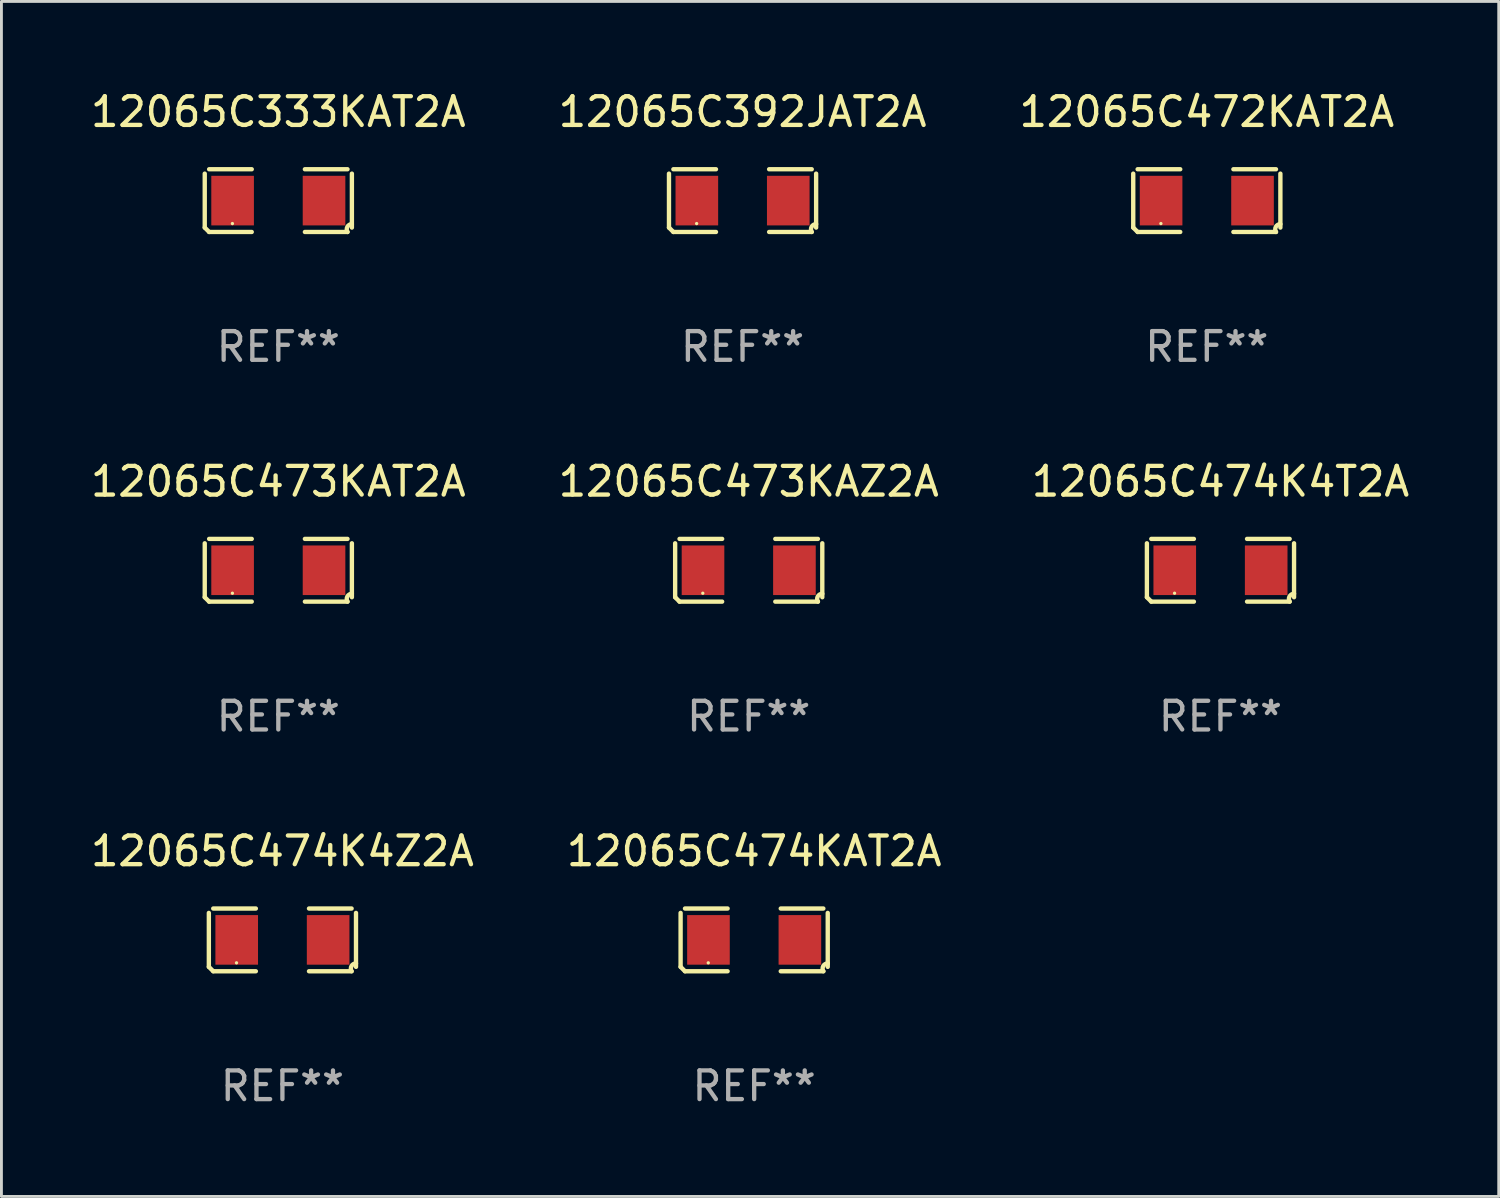
<source format=kicad_pcb>
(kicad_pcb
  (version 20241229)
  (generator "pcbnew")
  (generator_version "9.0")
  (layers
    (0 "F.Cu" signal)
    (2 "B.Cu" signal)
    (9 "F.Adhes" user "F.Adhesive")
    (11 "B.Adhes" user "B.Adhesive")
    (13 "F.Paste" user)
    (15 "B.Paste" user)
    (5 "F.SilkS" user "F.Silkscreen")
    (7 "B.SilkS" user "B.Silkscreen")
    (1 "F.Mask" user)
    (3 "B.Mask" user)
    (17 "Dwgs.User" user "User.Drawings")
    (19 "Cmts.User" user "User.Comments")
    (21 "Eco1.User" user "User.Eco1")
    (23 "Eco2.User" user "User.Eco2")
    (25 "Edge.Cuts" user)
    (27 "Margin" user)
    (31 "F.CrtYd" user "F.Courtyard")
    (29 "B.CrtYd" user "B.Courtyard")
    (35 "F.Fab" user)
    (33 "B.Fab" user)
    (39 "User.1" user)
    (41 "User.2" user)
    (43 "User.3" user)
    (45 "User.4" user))
  (footprint "12065C473KAT2A"
    (layer "F.Cu")
    (at 6.649 16.823)
    (property "Reference" "12065C473KAT2A" (at 0 -3.093 0) (layer "F.SilkS") (effects (font (size 1 1) (thickness 0.15))))
    (attr through_hole)
    (fp_line (start -2.564 0.94) (end -2.564 -0.94) (stroke (width 0.152) (type solid)) (layer "F.SilkS"))
    (fp_line (start -2.411 -1.093) (end -0.926 -1.093) (stroke (width 0.152) (type solid)) (layer "F.SilkS"))
    (fp_line (start -0.926 1.093) (end -2.411 1.093) (stroke (width 0.152) (type solid)) (layer "F.SilkS"))
    (fp_line (start 0.926 1.093) (end 2.411 1.093) (stroke (width 0.152) (type solid)) (layer "F.SilkS"))
    (fp_line (start 2.411 -1.093) (end 0.926 -1.093) (stroke (width 0.152) (type solid)) (layer "F.SilkS"))
    (fp_line (start 2.564 0.94) (end 2.564 -0.94) (stroke (width 0.152) (type solid)) (layer "F.SilkS"))
    (fp_arc (start -2.411201 1.092609) (mid -2.487413 1.01642) (end -2.563602 0.940208) (stroke (width 0.1524) (type solid)) (layer "F.SilkS"))
    (fp_arc (start 2.411201 1.092609) (mid 2.407159 0.911226) (end 2.563602 0.819347) (stroke (width 0.1524) (type solid)) (layer "F.SilkS"))
    (fp_circle (center -1.6 0.8) (end -1.57 0.8) (stroke (width 0.06) (type solid)) (fill no) (layer "F.SilkS"))
    (fp_text user "REF**" (at 0 5.093 0) (layer "F.Fab") (effects (font (size 1 1) (thickness 0.15))))
    (pad "1" smd rect (at -1.593 0) (size 1.485 1.728) (layers "F.Cu" "F.Mask" "F.Paste"))
    (pad "2" smd rect (at 1.593 0) (size 1.485 1.728) (layers "F.Cu" "F.Mask" "F.Paste")))
  (footprint "12065C472KAT2A"
    (layer "F.Cu")
    (at 39.006 3.941)
    (property "Reference" "12065C472KAT2A" (at 0 -3.093 0) (layer "F.SilkS") (effects (font (size 1 1) (thickness 0.15))))
    (attr through_hole)
    (fp_line (start -2.564 0.94) (end -2.564 -0.94) (stroke (width 0.152) (type solid)) (layer "F.SilkS"))
    (fp_line (start -2.411 -1.093) (end -0.926 -1.093) (stroke (width 0.152) (type solid)) (layer "F.SilkS"))
    (fp_line (start -0.926 1.093) (end -2.411 1.093) (stroke (width 0.152) (type solid)) (layer "F.SilkS"))
    (fp_line (start 0.926 1.093) (end 2.411 1.093) (stroke (width 0.152) (type solid)) (layer "F.SilkS"))
    (fp_line (start 2.411 -1.093) (end 0.926 -1.093) (stroke (width 0.152) (type solid)) (layer "F.SilkS"))
    (fp_line (start 2.564 0.94) (end 2.564 -0.94) (stroke (width 0.152) (type solid)) (layer "F.SilkS"))
    (fp_arc (start -2.411201 1.092609) (mid -2.487413 1.01642) (end -2.563602 0.940208) (stroke (width 0.1524) (type solid)) (layer "F.SilkS"))
    (fp_arc (start 2.411201 1.092609) (mid 2.407159 0.911226) (end 2.563602 0.819347) (stroke (width 0.1524) (type solid)) (layer "F.SilkS"))
    (fp_circle (center -1.6 0.8) (end -1.57 0.8) (stroke (width 0.06) (type solid)) (fill no) (layer "F.SilkS"))
    (fp_text user "REF**" (at 0 5.093 0) (layer "F.Fab") (effects (font (size 1 1) (thickness 0.15))))
    (pad "1" smd rect (at -1.593 0) (size 1.485 1.728) (layers "F.Cu" "F.Mask" "F.Paste"))
    (pad "2" smd rect (at 1.593 0) (size 1.485 1.728) (layers "F.Cu" "F.Mask" "F.Paste")))
  (footprint "12065C474K4T2A"
    (layer "F.Cu")
    (at 39.482 16.823)
    (property "Reference" "12065C474K4T2A" (at 0 -3.093 0) (layer "F.SilkS") (effects (font (size 1 1) (thickness 0.15))))
    (attr through_hole)
    (fp_line (start -2.564 0.94) (end -2.564 -0.94) (stroke (width 0.152) (type solid)) (layer "F.SilkS"))
    (fp_line (start -2.411 -1.093) (end -0.926 -1.093) (stroke (width 0.152) (type solid)) (layer "F.SilkS"))
    (fp_line (start -0.926 1.093) (end -2.411 1.093) (stroke (width 0.152) (type solid)) (layer "F.SilkS"))
    (fp_line (start 0.926 1.093) (end 2.411 1.093) (stroke (width 0.152) (type solid)) (layer "F.SilkS"))
    (fp_line (start 2.411 -1.093) (end 0.926 -1.093) (stroke (width 0.152) (type solid)) (layer "F.SilkS"))
    (fp_line (start 2.564 0.94) (end 2.564 -0.94) (stroke (width 0.152) (type solid)) (layer "F.SilkS"))
    (fp_arc (start -2.411201 1.092609) (mid -2.487413 1.01642) (end -2.563602 0.940208) (stroke (width 0.1524) (type solid)) (layer "F.SilkS"))
    (fp_arc (start 2.411201 1.092609) (mid 2.407159 0.911226) (end 2.563602 0.819347) (stroke (width 0.1524) (type solid)) (layer "F.SilkS"))
    (fp_circle (center -1.6 0.8) (end -1.57 0.8) (stroke (width 0.06) (type solid)) (fill no) (layer "F.SilkS"))
    (fp_text user "REF**" (at 0 5.093 0) (layer "F.Fab") (effects (font (size 1 1) (thickness 0.15))))
    (pad "1" smd rect (at -1.593 0) (size 1.485 1.728) (layers "F.Cu" "F.Mask" "F.Paste"))
    (pad "2" smd rect (at 1.593 0) (size 1.485 1.728) (layers "F.Cu" "F.Mask" "F.Paste")))
  (footprint "12065C473KAZ2A"
    (layer "F.Cu")
    (at 23.042 16.823)
    (property "Reference" "12065C473KAZ2A" (at 0 -3.093 0) (layer "F.SilkS") (effects (font (size 1 1) (thickness 0.15))))
    (attr through_hole)
    (fp_line (start -2.564 0.94) (end -2.564 -0.94) (stroke (width 0.152) (type solid)) (layer "F.SilkS"))
    (fp_line (start -2.411 -1.093) (end -0.926 -1.093) (stroke (width 0.152) (type solid)) (layer "F.SilkS"))
    (fp_line (start -0.926 1.093) (end -2.411 1.093) (stroke (width 0.152) (type solid)) (layer "F.SilkS"))
    (fp_line (start 0.926 1.093) (end 2.411 1.093) (stroke (width 0.152) (type solid)) (layer "F.SilkS"))
    (fp_line (start 2.411 -1.093) (end 0.926 -1.093) (stroke (width 0.152) (type solid)) (layer "F.SilkS"))
    (fp_line (start 2.564 0.94) (end 2.564 -0.94) (stroke (width 0.152) (type solid)) (layer "F.SilkS"))
    (fp_arc (start -2.411201 1.092609) (mid -2.487413 1.01642) (end -2.563602 0.940208) (stroke (width 0.1524) (type solid)) (layer "F.SilkS"))
    (fp_arc (start 2.411201 1.092609) (mid 2.407159 0.911226) (end 2.563602 0.819347) (stroke (width 0.1524) (type solid)) (layer "F.SilkS"))
    (fp_circle (center -1.6 0.8) (end -1.57 0.8) (stroke (width 0.06) (type solid)) (fill no) (layer "F.SilkS"))
    (fp_text user "REF**" (at 0 5.093 0) (layer "F.Fab") (effects (font (size 1 1) (thickness 0.15))))
    (pad "1" smd rect (at -1.593 0) (size 1.485 1.728) (layers "F.Cu" "F.Mask" "F.Paste"))
    (pad "2" smd rect (at 1.593 0) (size 1.485 1.728) (layers "F.Cu" "F.Mask" "F.Paste")))
  (footprint "12065C392JAT2A"
    (layer "F.Cu")
    (at 22.827 3.941)
    (property "Reference" "12065C392JAT2A" (at 0 -3.093 0) (layer "F.SilkS") (effects (font (size 1 1) (thickness 0.15))))
    (attr through_hole)
    (fp_line (start -2.564 0.94) (end -2.564 -0.94) (stroke (width 0.152) (type solid)) (layer "F.SilkS"))
    (fp_line (start -2.411 -1.093) (end -0.926 -1.093) (stroke (width 0.152) (type solid)) (layer "F.SilkS"))
    (fp_line (start -0.926 1.093) (end -2.411 1.093) (stroke (width 0.152) (type solid)) (layer "F.SilkS"))
    (fp_line (start 0.926 1.093) (end 2.411 1.093) (stroke (width 0.152) (type solid)) (layer "F.SilkS"))
    (fp_line (start 2.411 -1.093) (end 0.926 -1.093) (stroke (width 0.152) (type solid)) (layer "F.SilkS"))
    (fp_line (start 2.564 0.94) (end 2.564 -0.94) (stroke (width 0.152) (type solid)) (layer "F.SilkS"))
    (fp_arc (start -2.411201 1.092609) (mid -2.487413 1.01642) (end -2.563602 0.940208) (stroke (width 0.1524) (type solid)) (layer "F.SilkS"))
    (fp_arc (start 2.411201 1.092609) (mid 2.407159 0.911226) (end 2.563602 0.819347) (stroke (width 0.1524) (type solid)) (layer "F.SilkS"))
    (fp_circle (center -1.6 0.8) (end -1.57 0.8) (stroke (width 0.06) (type solid)) (fill no) (layer "F.SilkS"))
    (fp_text user "REF**" (at 0 5.093 0) (layer "F.Fab") (effects (font (size 1 1) (thickness 0.15))))
    (pad "1" smd rect (at -1.593 0) (size 1.485 1.728) (layers "F.Cu" "F.Mask" "F.Paste"))
    (pad "2" smd rect (at 1.593 0) (size 1.485 1.728) (layers "F.Cu" "F.Mask" "F.Paste")))
  (footprint "12065C474KAT2A"
    (layer "F.Cu")
    (at 23.232 29.704)
    (property "Reference" "12065C474KAT2A" (at 0 -3.093 0) (layer "F.SilkS") (effects (font (size 1 1) (thickness 0.15))))
    (attr through_hole)
    (fp_line (start -2.564 0.94) (end -2.564 -0.94) (stroke (width 0.152) (type solid)) (layer "F.SilkS"))
    (fp_line (start -2.411 -1.093) (end -0.926 -1.093) (stroke (width 0.152) (type solid)) (layer "F.SilkS"))
    (fp_line (start -0.926 1.093) (end -2.411 1.093) (stroke (width 0.152) (type solid)) (layer "F.SilkS"))
    (fp_line (start 0.926 1.093) (end 2.411 1.093) (stroke (width 0.152) (type solid)) (layer "F.SilkS"))
    (fp_line (start 2.411 -1.093) (end 0.926 -1.093) (stroke (width 0.152) (type solid)) (layer "F.SilkS"))
    (fp_line (start 2.564 0.94) (end 2.564 -0.94) (stroke (width 0.152) (type solid)) (layer "F.SilkS"))
    (fp_arc (start -2.411201 1.092609) (mid -2.487413 1.01642) (end -2.563602 0.940208) (stroke (width 0.1524) (type solid)) (layer "F.SilkS"))
    (fp_arc (start 2.411201 1.092609) (mid 2.407159 0.911226) (end 2.563602 0.819347) (stroke (width 0.1524) (type solid)) (layer "F.SilkS"))
    (fp_circle (center -1.6 0.8) (end -1.57 0.8) (stroke (width 0.06) (type solid)) (fill no) (layer "F.SilkS"))
    (fp_text user "REF**" (at 0 5.093 0) (layer "F.Fab") (effects (font (size 1 1) (thickness 0.15))))
    (pad "1" smd rect (at -1.593 0) (size 1.485 1.728) (layers "F.Cu" "F.Mask" "F.Paste"))
    (pad "2" smd rect (at 1.593 0) (size 1.485 1.728) (layers "F.Cu" "F.Mask" "F.Paste")))
  (footprint "12065C333KAT2A"
    (layer "F.Cu")
    (at 6.649 3.941)
    (property "Reference" "12065C333KAT2A" (at 0 -3.093 0) (layer "F.SilkS") (effects (font (size 1 1) (thickness 0.15))))
    (attr through_hole)
    (fp_line (start -2.564 0.94) (end -2.564 -0.94) (stroke (width 0.152) (type solid)) (layer "F.SilkS"))
    (fp_line (start -2.411 -1.093) (end -0.926 -1.093) (stroke (width 0.152) (type solid)) (layer "F.SilkS"))
    (fp_line (start -0.926 1.093) (end -2.411 1.093) (stroke (width 0.152) (type solid)) (layer "F.SilkS"))
    (fp_line (start 0.926 1.093) (end 2.411 1.093) (stroke (width 0.152) (type solid)) (layer "F.SilkS"))
    (fp_line (start 2.411 -1.093) (end 0.926 -1.093) (stroke (width 0.152) (type solid)) (layer "F.SilkS"))
    (fp_line (start 2.564 0.94) (end 2.564 -0.94) (stroke (width 0.152) (type solid)) (layer "F.SilkS"))
    (fp_arc (start -2.411201 1.092609) (mid -2.487413 1.01642) (end -2.563602 0.940208) (stroke (width 0.1524) (type solid)) (layer "F.SilkS"))
    (fp_arc (start 2.411201 1.092609) (mid 2.407159 0.911226) (end 2.563602 0.819347) (stroke (width 0.1524) (type solid)) (layer "F.SilkS"))
    (fp_circle (center -1.6 0.8) (end -1.57 0.8) (stroke (width 0.06) (type solid)) (fill no) (layer "F.SilkS"))
    (fp_text user "REF**" (at 0 5.093 0) (layer "F.Fab") (effects (font (size 1 1) (thickness 0.15))))
    (pad "1" smd rect (at -1.593 0) (size 1.485 1.728) (layers "F.Cu" "F.Mask" "F.Paste"))
    (pad "2" smd rect (at 1.593 0) (size 1.485 1.728) (layers "F.Cu" "F.Mask" "F.Paste")))
  (footprint "12065C474K4Z2A"
    (layer "F.Cu")
    (at 6.792 29.704)
    (property "Reference" "12065C474K4Z2A" (at 0 -3.093 0) (layer "F.SilkS") (effects (font (size 1 1) (thickness 0.15))))
    (attr through_hole)
    (fp_line (start -2.564 0.94) (end -2.564 -0.94) (stroke (width 0.152) (type solid)) (layer "F.SilkS"))
    (fp_line (start -2.411 -1.093) (end -0.926 -1.093) (stroke (width 0.152) (type solid)) (layer "F.SilkS"))
    (fp_line (start -0.926 1.093) (end -2.411 1.093) (stroke (width 0.152) (type solid)) (layer "F.SilkS"))
    (fp_line (start 0.926 1.093) (end 2.411 1.093) (stroke (width 0.152) (type solid)) (layer "F.SilkS"))
    (fp_line (start 2.411 -1.093) (end 0.926 -1.093) (stroke (width 0.152) (type solid)) (layer "F.SilkS"))
    (fp_line (start 2.564 0.94) (end 2.564 -0.94) (stroke (width 0.152) (type solid)) (layer "F.SilkS"))
    (fp_arc (start -2.411201 1.092609) (mid -2.487413 1.01642) (end -2.563602 0.940208) (stroke (width 0.1524) (type solid)) (layer "F.SilkS"))
    (fp_arc (start 2.411201 1.092609) (mid 2.407159 0.911226) (end 2.563602 0.819347) (stroke (width 0.1524) (type solid)) (layer "F.SilkS"))
    (fp_circle (center -1.6 0.8) (end -1.57 0.8) (stroke (width 0.06) (type solid)) (fill no) (layer "F.SilkS"))
    (fp_text user "REF**" (at 0 5.093 0) (layer "F.Fab") (effects (font (size 1 1) (thickness 0.15))))
    (pad "1" smd rect (at -1.593 0) (size 1.485 1.728) (layers "F.Cu" "F.Mask" "F.Paste"))
    (pad "2" smd rect (at 1.593 0) (size 1.485 1.728) (layers "F.Cu" "F.Mask" "F.Paste")))
  (gr_rect
    (start -3 -3)
    (end 49.179 38.645)
    (stroke (width 0.1) (type default))
    (fill no)
    (layer "Edge.Cuts")))
</source>
